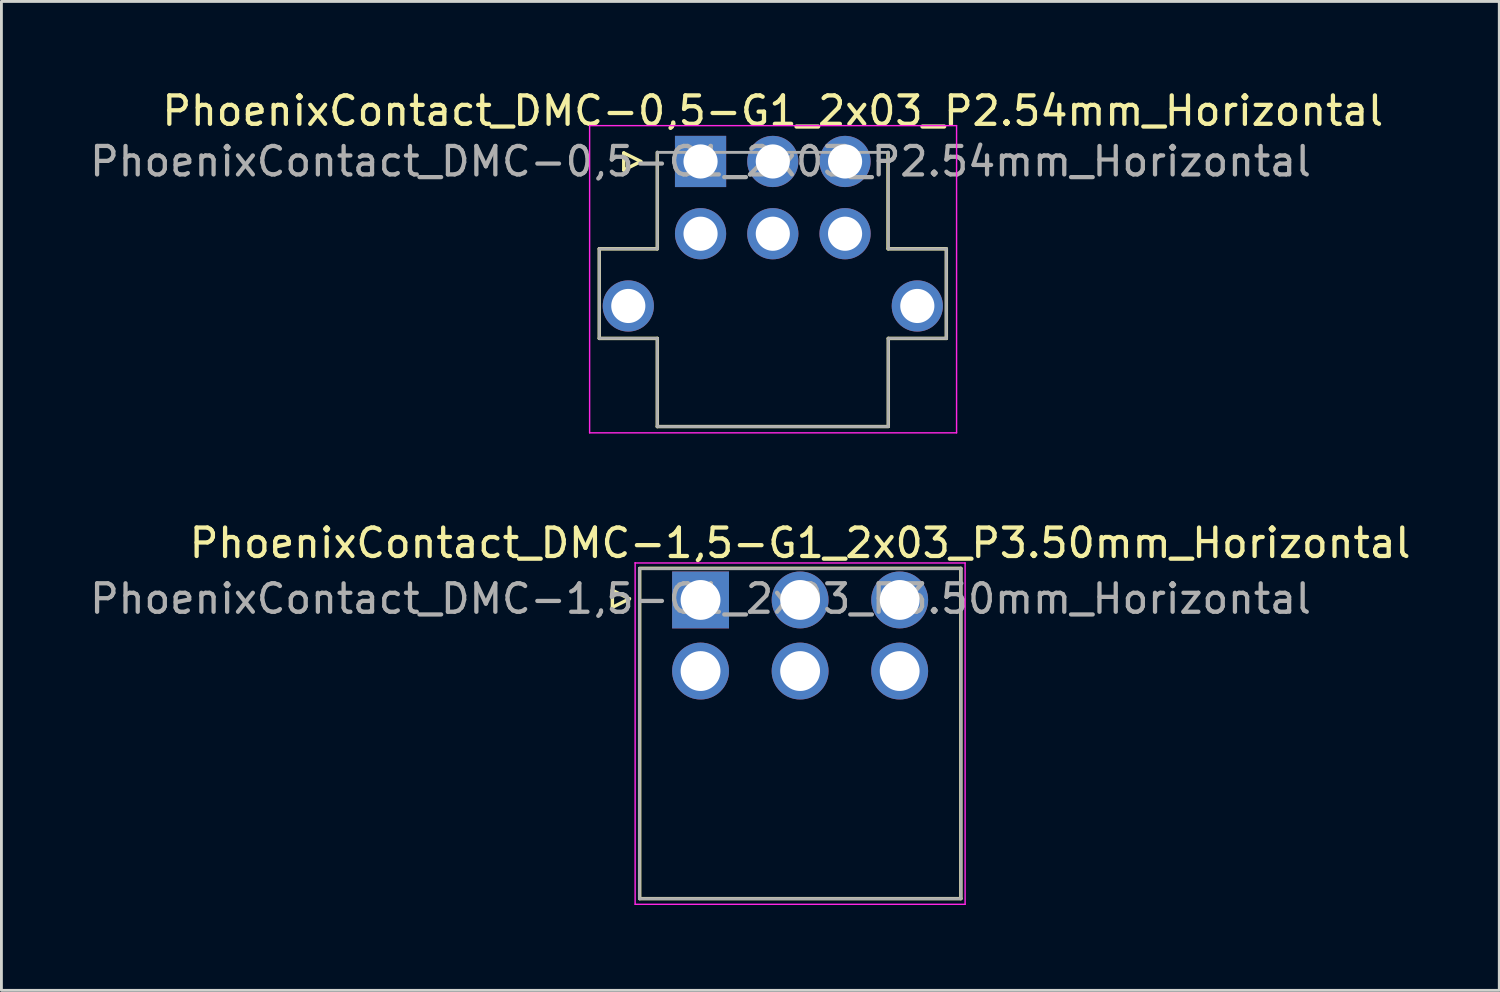
<source format=kicad_pcb>
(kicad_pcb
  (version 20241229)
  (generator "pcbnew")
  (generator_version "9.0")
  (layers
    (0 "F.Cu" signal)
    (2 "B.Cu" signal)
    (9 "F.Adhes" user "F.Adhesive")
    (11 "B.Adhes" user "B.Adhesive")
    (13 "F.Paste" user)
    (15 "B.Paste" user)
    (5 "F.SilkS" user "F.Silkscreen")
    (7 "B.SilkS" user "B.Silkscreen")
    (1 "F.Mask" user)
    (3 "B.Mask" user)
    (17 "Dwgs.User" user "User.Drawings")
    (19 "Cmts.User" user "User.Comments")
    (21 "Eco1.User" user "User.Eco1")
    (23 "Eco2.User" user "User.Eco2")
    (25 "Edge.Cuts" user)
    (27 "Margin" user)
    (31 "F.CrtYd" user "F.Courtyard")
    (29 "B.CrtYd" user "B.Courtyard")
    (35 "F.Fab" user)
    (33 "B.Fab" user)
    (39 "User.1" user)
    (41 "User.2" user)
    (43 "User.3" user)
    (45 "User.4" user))
  (footprint "PhoenixContact_DMC-1,5-G1_2x03_P3.50mm_Horizontal"
    (layer "F.Cu")
    (at 21.577 18)
    (property "Reference" "PhoenixContact_DMC-1,5-G1_2x03_P3.50mm_Horizontal" (at 3.5 -1.96 0) (layer "F.SilkS") (effects (font (size 1 1) (thickness 0.15))))
    (attr through_hole)
    (fp_line (start -3.1 -0.3) (end -2.5 0) (stroke (width 0.12) (type solid)) (layer "F.SilkS"))
    (fp_line (start -3.1 0.3) (end -3.1 -0.3) (stroke (width 0.12) (type solid)) (layer "F.SilkS"))
    (fp_line (start -2.5 0) (end -3.1 0.3) (stroke (width 0.12) (type solid)) (layer "F.SilkS"))
    (fp_line (start -2.14 -1.06) (end -2.14 10.54) (stroke (width 0.12) (type solid)) (layer "F.SilkS"))
    (fp_line (start -2.14 10.54) (end 9.15 10.54) (stroke (width 0.12) (type solid)) (layer "F.SilkS"))
    (fp_line (start 9.15 -1.07) (end -2.14 -1.07) (stroke (width 0.12) (type solid)) (layer "F.SilkS"))
    (fp_line (start 9.15 10.54) (end 9.15 -1.07) (stroke (width 0.12) (type solid)) (layer "F.SilkS"))
    (fp_line (start -2.3 -1.27) (end -2.3 10.74) (stroke (width 0.05) (type solid)) (layer "F.CrtYd"))
    (fp_line (start -2.3 10.74) (end 9.3 10.74) (stroke (width 0.05) (type solid)) (layer "F.CrtYd"))
    (fp_line (start 9.3 -1.26) (end -2.3 -1.26) (stroke (width 0.05) (type solid)) (layer "F.CrtYd"))
    (fp_line (start 9.3 10.74) (end 9.3 -1.26) (stroke (width 0.05) (type solid)) (layer "F.CrtYd"))
    (fp_line (start -2.15 -1.06) (end -2.15 10.54) (stroke (width 0.1) (type solid)) (layer "F.Fab"))
    (fp_line (start -2.15 10.54) (end 9.15 10.54) (stroke (width 0.1) (type solid)) (layer "F.Fab"))
    (fp_line (start 9.15 -1.06) (end -2.15 -1.06) (stroke (width 0.1) (type solid)) (layer "F.Fab"))
    (fp_line (start 9.15 10.54) (end 9.15 -1.06) (stroke (width 0.1) (type solid)) (layer "F.Fab"))
    (fp_text user "${REFERENCE}" (at 0 0 0) (layer "F.Fab") (effects (font (size 1 1) (thickness 0.15))))
    (pad "1" thru_hole rect (at 0 0.04) (size 2 2) (drill 1.4) (layers "*.Cu" "*.Mask"))
    (pad "2" thru_hole circle (at 0 2.54) (size 2 2) (drill 1.4) (layers "*.Cu" "*.Mask"))
    (pad "3" thru_hole circle (at 3.5 0.04) (size 2 2) (drill 1.4) (layers "*.Cu" "*.Mask"))
    (pad "4" thru_hole circle (at 3.5 2.54) (size 2 2) (drill 1.4) (layers "*.Cu" "*.Mask"))
    (pad "5" thru_hole circle (at 7 0.04) (size 2 2) (drill 1.4) (layers "*.Cu" "*.Mask"))
    (pad "6" thru_hole circle (at 7 2.54) (size 2 2) (drill 1.4) (layers "*.Cu" "*.Mask")))
  (footprint "PhoenixContact_DMC-0,5-G1_2x03_P2.54mm_Horizontal"
    (layer "F.Cu")
    (at 21.577 2.626)
    (property "Reference" "PhoenixContact_DMC-0,5-G1_2x03_P2.54mm_Horizontal" (at 2.54 -1.778 0) (layer "F.SilkS") (effects (font (size 1 1) (thickness 0.15))))
    (attr through_hole)
    (fp_line (start -3.56 3.07) (end -1.52 3.07) (stroke (width 0.12) (type solid)) (layer "F.SilkS"))
    (fp_line (start -3.56 6.22) (end -3.56 3.07) (stroke (width 0.12) (type solid)) (layer "F.SilkS"))
    (fp_line (start -3.56 6.22) (end -1.52 6.22) (stroke (width 0.12) (type solid)) (layer "F.SilkS"))
    (fp_line (start -2.7 -0.3) (end -2.1 0) (stroke (width 0.12) (type solid)) (layer "F.SilkS"))
    (fp_line (start -2.7 0.3) (end -2.7 -0.3) (stroke (width 0.12) (type solid)) (layer "F.SilkS"))
    (fp_line (start -2.1 0) (end -2.7 0.3) (stroke (width 0.12) (type solid)) (layer "F.SilkS"))
    (fp_line (start -1.52 -0.32) (end -1.52 3.07) (stroke (width 0.12) (type solid)) (layer "F.SilkS"))
    (fp_line (start -1.52 9.32) (end -1.52 6.22) (stroke (width 0.12) (type solid)) (layer "F.SilkS"))
    (fp_line (start -1.52 9.32) (end 6.6 9.32) (stroke (width 0.12) (type solid)) (layer "F.SilkS"))
    (fp_line (start 6.59 -0.32) (end 6.59 3.07) (stroke (width 0.12) (type solid)) (layer "F.SilkS"))
    (fp_line (start 6.6 9.31) (end 6.6 6.22) (stroke (width 0.12) (type solid)) (layer "F.SilkS"))
    (fp_line (start 8.64 3.07) (end 6.6 3.07) (stroke (width 0.12) (type solid)) (layer "F.SilkS"))
    (fp_line (start 8.64 6.22) (end 6.6 6.22) (stroke (width 0.12) (type solid)) (layer "F.SilkS"))
    (fp_line (start 8.64 6.22) (end 8.64 3.07) (stroke (width 0.12) (type solid)) (layer "F.SilkS"))
    (fp_line (start -3.9 -1.26) (end -3.9 9.54) (stroke (width 0.05) (type solid)) (layer "F.CrtYd"))
    (fp_line (start -3.9 9.54) (end 9 9.54) (stroke (width 0.05) (type solid)) (layer "F.CrtYd"))
    (fp_line (start 9 -1.26) (end -3.9 -1.26) (stroke (width 0.05) (type solid)) (layer "F.CrtYd"))
    (fp_line (start 9 9.54) (end 9 -1.26) (stroke (width 0.05) (type solid)) (layer "F.CrtYd"))
    (fp_line (start -3.56 3.07) (end -3.56 6.22) (stroke (width 0.1) (type solid)) (layer "F.Fab"))
    (fp_line (start -3.56 3.07) (end -1.52 3.07) (stroke (width 0.1) (type solid)) (layer "F.Fab"))
    (fp_line (start -3.56 6.22) (end -1.52 6.22) (stroke (width 0.1) (type solid)) (layer "F.Fab"))
    (fp_line (start -1.52 -0.32) (end -1.52 3.07) (stroke (width 0.1) (type solid)) (layer "F.Fab"))
    (fp_line (start -1.52 6.22) (end -1.52 9.32) (stroke (width 0.1) (type solid)) (layer "F.Fab"))
    (fp_line (start -1.52 9.32) (end 6.6 9.32) (stroke (width 0.1) (type solid)) (layer "F.Fab"))
    (fp_line (start 6.6 -0.32) (end -1.52 -0.32) (stroke (width 0.1) (type solid)) (layer "F.Fab"))
    (fp_line (start 6.6 3.07) (end 6.6 -0.32) (stroke (width 0.1) (type solid)) (layer "F.Fab"))
    (fp_line (start 6.6 3.07) (end 8.64 3.07) (stroke (width 0.1) (type solid)) (layer "F.Fab"))
    (fp_line (start 6.6 6.22) (end 8.64 6.22) (stroke (width 0.1) (type solid)) (layer "F.Fab"))
    (fp_line (start 6.6 9.32) (end 6.6 6.22) (stroke (width 0.1) (type solid)) (layer "F.Fab"))
    (fp_line (start 8.64 3.07) (end 8.64 6.22) (stroke (width 0.1) (type solid)) (layer "F.Fab"))
    (fp_text user "${REFERENCE}" (at 0 0 0) (layer "F.Fab") (effects (font (size 1 1) (thickness 0.15))))
    (pad "1" thru_hole rect (at 0 0) (size 1.8 1.8) (drill 1.2) (layers "*.Cu" "*.Mask"))
    (pad "2" thru_hole circle (at 0 2.54) (size 1.8 1.8) (drill 1.2) (layers "*.Cu" "*.Mask"))
    (pad "3" thru_hole circle (at 2.54 0) (size 1.8 1.8) (drill 1.2) (layers "*.Cu" "*.Mask"))
    (pad "4" thru_hole circle (at 2.54 2.54) (size 1.8 1.8) (drill 1.2) (layers "*.Cu" "*.Mask"))
    (pad "4" thru_hole circle (at 5.08 0) (size 1.8 1.8) (drill 1.2) (layers "*.Cu" "*.Mask"))
    (pad "6" thru_hole circle (at 5.08 2.54) (size 1.8 1.8) (drill 1.2) (layers "*.Cu" "*.Mask"))
    (pad "SH" thru_hole circle (at -2.54 5.08) (size 1.8 1.8) (drill 1.2) (layers "*.Cu" "*.Mask"))
    (pad "SH" thru_hole circle (at 7.62 5.08) (size 1.8 1.8) (drill 1.2) (layers "*.Cu" "*.Mask")))
  (gr_rect
    (start -3 -3)
    (end 49.655 31.765)
    (stroke (width 0.1) (type default))
    (fill no)
    (layer "Edge.Cuts")))
</source>
